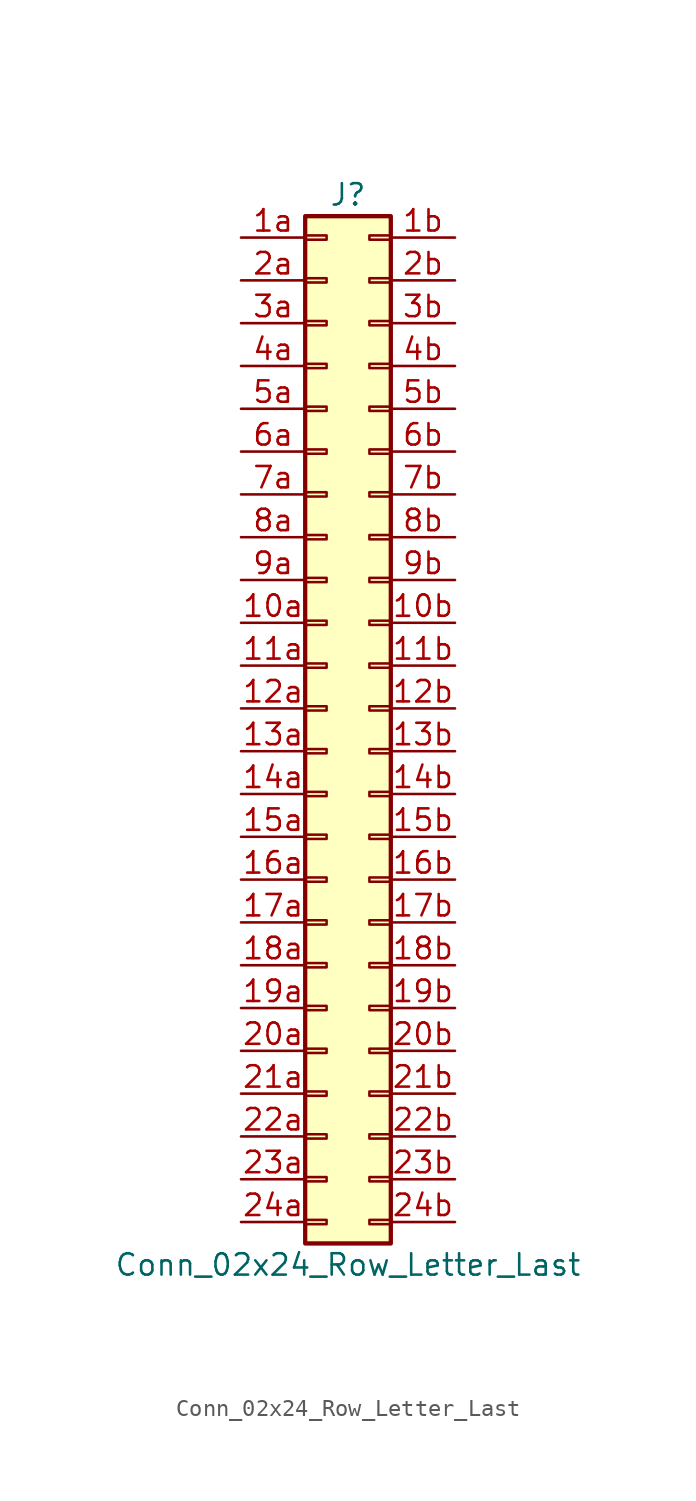
<source format=kicad_sym>
(kicad_symbol_lib
  (version 20201005)
  (generator kicad_symbol_editor)
  (symbol "Conn_02x24_Row_Letter_Last"
    (pin_names
      (offset 1.016) hide)
    (property "Reference" "J"
      (at 1.27 30.48 0)
      (effects (font (size 1.27 1.27))))
    (property "Value" "Conn_02x24_Row_Letter_Last"
      (at 1.27 -33.02 0)
      (effects (font (size 1.27 1.27))))
    (symbol "Conn_02x24_Row_Letter_Last_1_1"
      (rectangle (start -1.27 -30.353) (end 0 -30.607) (stroke (width 0.152)) (fill (type none)))
      (rectangle (start -1.27 -27.813) (end 0 -28.067) (stroke (width 0.152)) (fill (type none)))
      (rectangle (start -1.27 -25.273) (end 0 -25.527) (stroke (width 0.152)) (fill (type none)))
      (rectangle (start -1.27 -22.733) (end 0 -22.987) (stroke (width 0.152)) (fill (type none)))
      (rectangle (start -1.27 -20.193) (end 0 -20.447) (stroke (width 0.152)) (fill (type none)))
      (rectangle (start -1.27 -17.653) (end 0 -17.907) (stroke (width 0.152)) (fill (type none)))
      (rectangle (start -1.27 -15.113) (end 0 -15.367) (stroke (width 0.152)) (fill (type none)))
      (rectangle (start -1.27 -12.573) (end 0 -12.827) (stroke (width 0.152)) (fill (type none)))
      (rectangle (start -1.27 -10.033) (end 0 -10.287) (stroke (width 0.152)) (fill (type none)))
      (rectangle (start -1.27 -7.493) (end 0 -7.747) (stroke (width 0.152)) (fill (type none)))
      (rectangle (start -1.27 -4.953) (end 0 -5.207) (stroke (width 0.152)) (fill (type none)))
      (rectangle (start -1.27 -2.413) (end 0 -2.667) (stroke (width 0.152)) (fill (type none)))
      (rectangle (start -1.27 0.127) (end 0 -0.127) (stroke (width 0.152)) (fill (type none)))
      (rectangle (start -1.27 2.667) (end 0 2.413) (stroke (width 0.152)) (fill (type none)))
      (rectangle (start -1.27 5.207) (end 0 4.953) (stroke (width 0.152)) (fill (type none)))
      (rectangle (start -1.27 7.747) (end 0 7.493) (stroke (width 0.152)) (fill (type none)))
      (rectangle (start -1.27 10.287) (end 0 10.033) (stroke (width 0.152)) (fill (type none)))
      (rectangle (start -1.27 12.827) (end 0 12.573) (stroke (width 0.152)) (fill (type none)))
      (rectangle (start -1.27 15.367) (end 0 15.113) (stroke (width 0.152)) (fill (type none)))
      (rectangle (start -1.27 17.907) (end 0 17.653) (stroke (width 0.152)) (fill (type none)))
      (rectangle (start -1.27 20.447) (end 0 20.193) (stroke (width 0.152)) (fill (type none)))
      (rectangle (start -1.27 22.987) (end 0 22.733) (stroke (width 0.152)) (fill (type none)))
      (rectangle (start -1.27 25.527) (end 0 25.273) (stroke (width 0.152)) (fill (type none)))
      (rectangle (start -1.27 28.067) (end 0 27.813) (stroke (width 0.152)) (fill (type none)))
      (rectangle (start -1.27 29.21) (end 3.81 -31.75) (stroke (width 0.254)) (fill (type background)))
      (rectangle (start 3.81 -30.353) (end 2.54 -30.607) (stroke (width 0.152)) (fill (type none)))
      (rectangle (start 3.81 -27.813) (end 2.54 -28.067) (stroke (width 0.152)) (fill (type none)))
      (rectangle (start 3.81 -25.273) (end 2.54 -25.527) (stroke (width 0.152)) (fill (type none)))
      (rectangle (start 3.81 -22.733) (end 2.54 -22.987) (stroke (width 0.152)) (fill (type none)))
      (rectangle (start 3.81 -20.193) (end 2.54 -20.447) (stroke (width 0.152)) (fill (type none)))
      (rectangle (start 3.81 -17.653) (end 2.54 -17.907) (stroke (width 0.152)) (fill (type none)))
      (rectangle (start 3.81 -15.113) (end 2.54 -15.367) (stroke (width 0.152)) (fill (type none)))
      (rectangle (start 3.81 -12.573) (end 2.54 -12.827) (stroke (width 0.152)) (fill (type none)))
      (rectangle (start 3.81 -10.033) (end 2.54 -10.287) (stroke (width 0.152)) (fill (type none)))
      (rectangle (start 3.81 -7.493) (end 2.54 -7.747) (stroke (width 0.152)) (fill (type none)))
      (rectangle (start 3.81 -4.953) (end 2.54 -5.207) (stroke (width 0.152)) (fill (type none)))
      (rectangle (start 3.81 -2.413) (end 2.54 -2.667) (stroke (width 0.152)) (fill (type none)))
      (rectangle (start 3.81 0.127) (end 2.54 -0.127) (stroke (width 0.152)) (fill (type none)))
      (rectangle (start 3.81 2.667) (end 2.54 2.413) (stroke (width 0.152)) (fill (type none)))
      (rectangle (start 3.81 5.207) (end 2.54 4.953) (stroke (width 0.152)) (fill (type none)))
      (rectangle (start 3.81 7.747) (end 2.54 7.493) (stroke (width 0.152)) (fill (type none)))
      (rectangle (start 3.81 10.287) (end 2.54 10.033) (stroke (width 0.152)) (fill (type none)))
      (rectangle (start 3.81 12.827) (end 2.54 12.573) (stroke (width 0.152)) (fill (type none)))
      (rectangle (start 3.81 15.367) (end 2.54 15.113) (stroke (width 0.152)) (fill (type none)))
      (rectangle (start 3.81 17.907) (end 2.54 17.653) (stroke (width 0.152)) (fill (type none)))
      (rectangle (start 3.81 20.447) (end 2.54 20.193) (stroke (width 0.152)) (fill (type none)))
      (rectangle (start 3.81 22.987) (end 2.54 22.733) (stroke (width 0.152)) (fill (type none)))
      (rectangle (start 3.81 25.527) (end 2.54 25.273) (stroke (width 0.152)) (fill (type none)))
      (rectangle (start 3.81 28.067) (end 2.54 27.813) (stroke (width 0.152)) (fill (type none)))
      (pin passive line (at -5.08 5.08 0) (length 3.81) (name "Pin_10a" (effects (font (size 1.27 1.27)))) (number "10a" (effects (font (size 1.27 1.27)))))
      (pin passive line (at 7.62 5.08 180) (length 3.81) (name "Pin_10b" (effects (font (size 1.27 1.27)))) (number "10b" (effects (font (size 1.27 1.27)))))
      (pin passive line (at -5.08 2.54 0) (length 3.81) (name "Pin_11a" (effects (font (size 1.27 1.27)))) (number "11a" (effects (font (size 1.27 1.27)))))
      (pin passive line (at 7.62 2.54 180) (length 3.81) (name "Pin_11b" (effects (font (size 1.27 1.27)))) (number "11b" (effects (font (size 1.27 1.27)))))
      (pin passive line (at -5.08 0 0) (length 3.81) (name "Pin_12a" (effects (font (size 1.27 1.27)))) (number "12a" (effects (font (size 1.27 1.27)))))
      (pin passive line (at 7.62 0 180) (length 3.81) (name "Pin_12b" (effects (font (size 1.27 1.27)))) (number "12b" (effects (font (size 1.27 1.27)))))
      (pin passive line (at -5.08 -2.54 0) (length 3.81) (name "Pin_13a" (effects (font (size 1.27 1.27)))) (number "13a" (effects (font (size 1.27 1.27)))))
      (pin passive line (at 7.62 -2.54 180) (length 3.81) (name "Pin_13b" (effects (font (size 1.27 1.27)))) (number "13b" (effects (font (size 1.27 1.27)))))
      (pin passive line (at -5.08 -5.08 0) (length 3.81) (name "Pin_14a" (effects (font (size 1.27 1.27)))) (number "14a" (effects (font (size 1.27 1.27)))))
      (pin passive line (at 7.62 -5.08 180) (length 3.81) (name "Pin_14b" (effects (font (size 1.27 1.27)))) (number "14b" (effects (font (size 1.27 1.27)))))
      (pin passive line (at -5.08 -7.62 0) (length 3.81) (name "Pin_15a" (effects (font (size 1.27 1.27)))) (number "15a" (effects (font (size 1.27 1.27)))))
      (pin passive line (at 7.62 -7.62 180) (length 3.81) (name "Pin_15b" (effects (font (size 1.27 1.27)))) (number "15b" (effects (font (size 1.27 1.27)))))
      (pin passive line (at -5.08 -10.16 0) (length 3.81) (name "Pin_16a" (effects (font (size 1.27 1.27)))) (number "16a" (effects (font (size 1.27 1.27)))))
      (pin passive line (at 7.62 -10.16 180) (length 3.81) (name "Pin_16b" (effects (font (size 1.27 1.27)))) (number "16b" (effects (font (size 1.27 1.27)))))
      (pin passive line (at -5.08 -12.7 0) (length 3.81) (name "Pin_17a" (effects (font (size 1.27 1.27)))) (number "17a" (effects (font (size 1.27 1.27)))))
      (pin passive line (at 7.62 -12.7 180) (length 3.81) (name "Pin_17b" (effects (font (size 1.27 1.27)))) (number "17b" (effects (font (size 1.27 1.27)))))
      (pin passive line (at -5.08 -15.24 0) (length 3.81) (name "Pin_18a" (effects (font (size 1.27 1.27)))) (number "18a" (effects (font (size 1.27 1.27)))))
      (pin passive line (at 7.62 -15.24 180) (length 3.81) (name "Pin_18b" (effects (font (size 1.27 1.27)))) (number "18b" (effects (font (size 1.27 1.27)))))
      (pin passive line (at -5.08 -17.78 0) (length 3.81) (name "Pin_19a" (effects (font (size 1.27 1.27)))) (number "19a" (effects (font (size 1.27 1.27)))))
      (pin passive line (at 7.62 -17.78 180) (length 3.81) (name "Pin_19b" (effects (font (size 1.27 1.27)))) (number "19b" (effects (font (size 1.27 1.27)))))
      (pin passive line (at -5.08 27.94 0) (length 3.81) (name "Pin_1a" (effects (font (size 1.27 1.27)))) (number "1a" (effects (font (size 1.27 1.27)))))
      (pin passive line (at 7.62 27.94 180) (length 3.81) (name "Pin_1b" (effects (font (size 1.27 1.27)))) (number "1b" (effects (font (size 1.27 1.27)))))
      (pin passive line (at -5.08 -20.32 0) (length 3.81) (name "Pin_20a" (effects (font (size 1.27 1.27)))) (number "20a" (effects (font (size 1.27 1.27)))))
      (pin passive line (at 7.62 -20.32 180) (length 3.81) (name "Pin_20b" (effects (font (size 1.27 1.27)))) (number "20b" (effects (font (size 1.27 1.27)))))
      (pin passive line (at -5.08 -22.86 0) (length 3.81) (name "Pin_21a" (effects (font (size 1.27 1.27)))) (number "21a" (effects (font (size 1.27 1.27)))))
      (pin passive line (at 7.62 -22.86 180) (length 3.81) (name "Pin_21b" (effects (font (size 1.27 1.27)))) (number "21b" (effects (font (size 1.27 1.27)))))
      (pin passive line (at -5.08 -25.4 0) (length 3.81) (name "Pin_22a" (effects (font (size 1.27 1.27)))) (number "22a" (effects (font (size 1.27 1.27)))))
      (pin passive line (at 7.62 -25.4 180) (length 3.81) (name "Pin_22b" (effects (font (size 1.27 1.27)))) (number "22b" (effects (font (size 1.27 1.27)))))
      (pin passive line (at -5.08 -27.94 0) (length 3.81) (name "Pin_23a" (effects (font (size 1.27 1.27)))) (number "23a" (effects (font (size 1.27 1.27)))))
      (pin passive line (at 7.62 -27.94 180) (length 3.81) (name "Pin_23b" (effects (font (size 1.27 1.27)))) (number "23b" (effects (font (size 1.27 1.27)))))
      (pin passive line (at -5.08 -30.48 0) (length 3.81) (name "Pin_24a" (effects (font (size 1.27 1.27)))) (number "24a" (effects (font (size 1.27 1.27)))))
      (pin passive line (at 7.62 -30.48 180) (length 3.81) (name "Pin_24b" (effects (font (size 1.27 1.27)))) (number "24b" (effects (font (size 1.27 1.27)))))
      (pin passive line (at -5.08 25.4 0) (length 3.81) (name "Pin_2a" (effects (font (size 1.27 1.27)))) (number "2a" (effects (font (size 1.27 1.27)))))
      (pin passive line (at 7.62 25.4 180) (length 3.81) (name "Pin_2b" (effects (font (size 1.27 1.27)))) (number "2b" (effects (font (size 1.27 1.27)))))
      (pin passive line (at -5.08 22.86 0) (length 3.81) (name "Pin_3a" (effects (font (size 1.27 1.27)))) (number "3a" (effects (font (size 1.27 1.27)))))
      (pin passive line (at 7.62 22.86 180) (length 3.81) (name "Pin_3b" (effects (font (size 1.27 1.27)))) (number "3b" (effects (font (size 1.27 1.27)))))
      (pin passive line (at -5.08 20.32 0) (length 3.81) (name "Pin_4a" (effects (font (size 1.27 1.27)))) (number "4a" (effects (font (size 1.27 1.27)))))
      (pin passive line (at 7.62 20.32 180) (length 3.81) (name "Pin_4b" (effects (font (size 1.27 1.27)))) (number "4b" (effects (font (size 1.27 1.27)))))
      (pin passive line (at -5.08 17.78 0) (length 3.81) (name "Pin_5a" (effects (font (size 1.27 1.27)))) (number "5a" (effects (font (size 1.27 1.27)))))
      (pin passive line (at 7.62 17.78 180) (length 3.81) (name "Pin_5b" (effects (font (size 1.27 1.27)))) (number "5b" (effects (font (size 1.27 1.27)))))
      (pin passive line (at -5.08 15.24 0) (length 3.81) (name "Pin_6a" (effects (font (size 1.27 1.27)))) (number "6a" (effects (font (size 1.27 1.27)))))
      (pin passive line (at 7.62 15.24 180) (length 3.81) (name "Pin_6b" (effects (font (size 1.27 1.27)))) (number "6b" (effects (font (size 1.27 1.27)))))
      (pin passive line (at -5.08 12.7 0) (length 3.81) (name "Pin_7a" (effects (font (size 1.27 1.27)))) (number "7a" (effects (font (size 1.27 1.27)))))
      (pin passive line (at 7.62 12.7 180) (length 3.81) (name "Pin_7b" (effects (font (size 1.27 1.27)))) (number "7b" (effects (font (size 1.27 1.27)))))
      (pin passive line (at -5.08 10.16 0) (length 3.81) (name "Pin_8a" (effects (font (size 1.27 1.27)))) (number "8a" (effects (font (size 1.27 1.27)))))
      (pin passive line (at 7.62 10.16 180) (length 3.81) (name "Pin_8b" (effects (font (size 1.27 1.27)))) (number "8b" (effects (font (size 1.27 1.27)))))
      (pin passive line (at -5.08 7.62 0) (length 3.81) (name "Pin_9a" (effects (font (size 1.27 1.27)))) (number "9a" (effects (font (size 1.27 1.27)))))
      (pin passive line (at 7.62 7.62 180) (length 3.81) (name "Pin_9b" (effects (font (size 1.27 1.27)))) (number "9b" (effects (font (size 1.27 1.27))))))))
</source>
